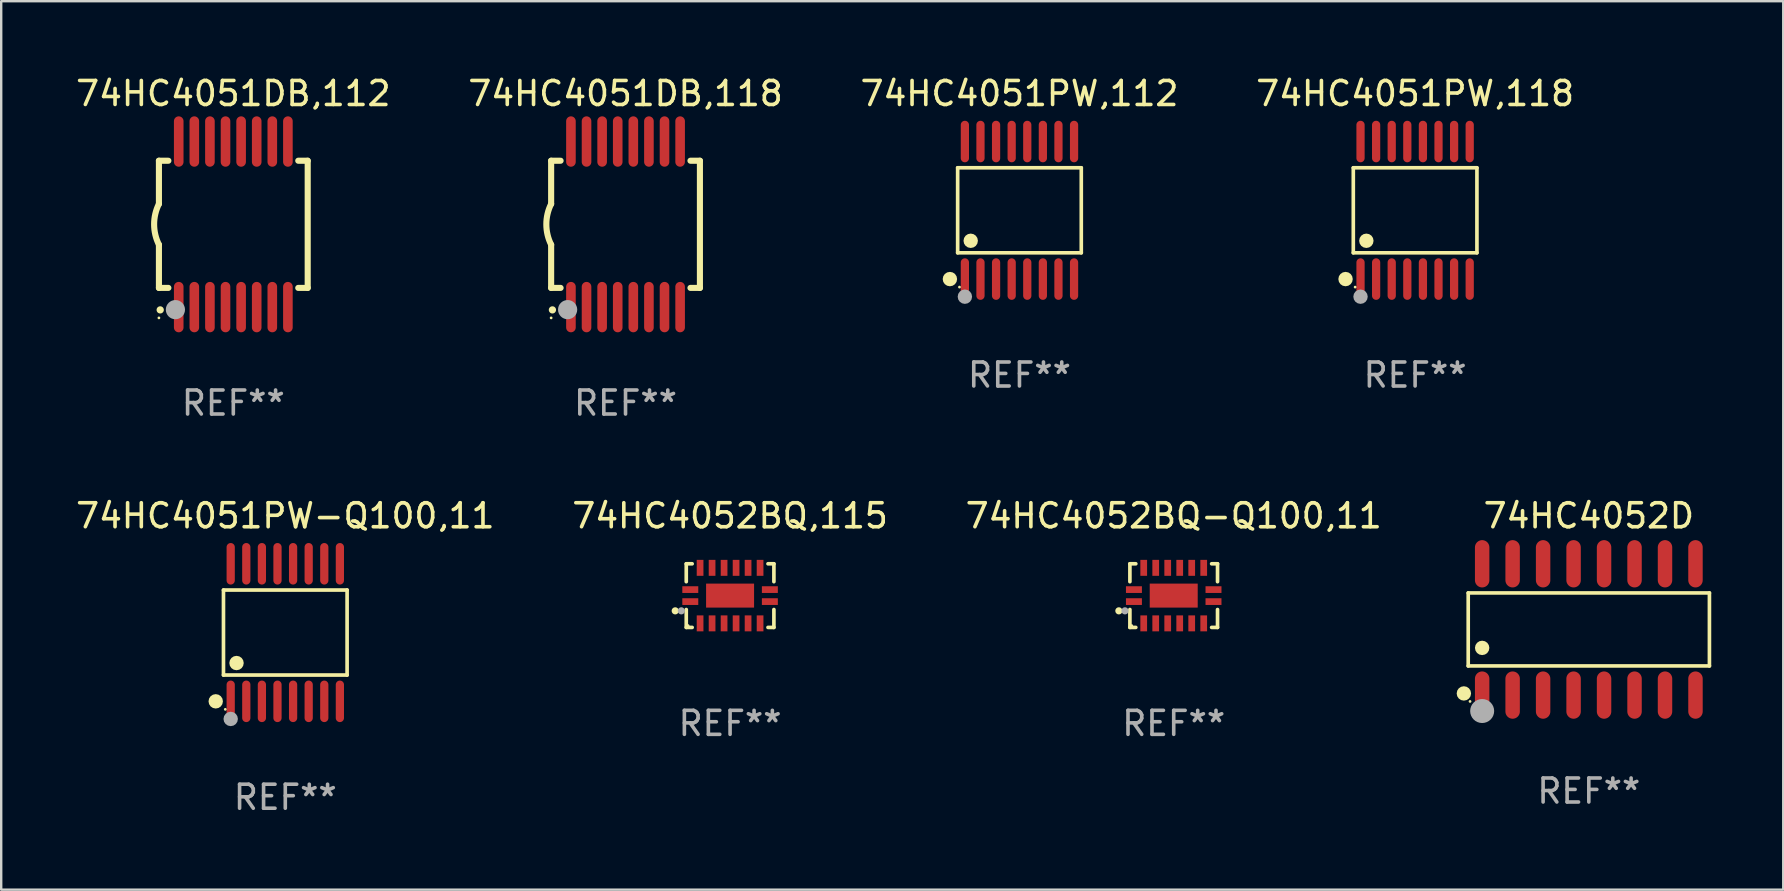
<source format=kicad_pcb>
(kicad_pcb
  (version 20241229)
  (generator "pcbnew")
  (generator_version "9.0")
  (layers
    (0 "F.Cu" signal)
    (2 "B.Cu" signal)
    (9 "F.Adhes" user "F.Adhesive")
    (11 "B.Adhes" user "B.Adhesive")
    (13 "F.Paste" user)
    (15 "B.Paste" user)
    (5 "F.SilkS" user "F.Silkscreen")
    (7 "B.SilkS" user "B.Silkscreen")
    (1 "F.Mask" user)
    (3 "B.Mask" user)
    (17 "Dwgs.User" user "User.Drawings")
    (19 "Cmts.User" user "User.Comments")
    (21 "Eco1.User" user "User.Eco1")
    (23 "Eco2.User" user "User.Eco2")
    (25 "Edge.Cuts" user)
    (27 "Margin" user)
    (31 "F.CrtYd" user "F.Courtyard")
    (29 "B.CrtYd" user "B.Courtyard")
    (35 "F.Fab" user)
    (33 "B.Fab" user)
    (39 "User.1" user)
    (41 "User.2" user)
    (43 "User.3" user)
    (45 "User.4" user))
  (footprint "74HC4052BQ-Q100,11"
    (layer "F.Cu")
    (at 45.863 21.771)
    (property "Reference" "74HC4052BQ-Q100,11" (at 0 -3.326 0) (layer "F.SilkS") (effects (font (size 1 1) (thickness 0.15))))
    (attr through_hole)
    (fp_line (start -1.826 -1.326) (end -1.58 -1.326) (stroke (width 0.152) (type solid)) (layer "F.SilkS"))
    (fp_line (start -1.826 -0.58) (end -1.826 -1.326) (stroke (width 0.152) (type solid)) (layer "F.SilkS"))
    (fp_line (start -1.826 0.58) (end -1.826 1.326) (stroke (width 0.152) (type solid)) (layer "F.SilkS"))
    (fp_line (start -1.826 1.326) (end -1.58 1.326) (stroke (width 0.152) (type solid)) (layer "F.SilkS"))
    (fp_line (start 1.826 -1.326) (end 1.58 -1.326) (stroke (width 0.152) (type solid)) (layer "F.SilkS"))
    (fp_line (start 1.826 -0.58) (end 1.826 -1.326) (stroke (width 0.152) (type solid)) (layer "F.SilkS"))
    (fp_line (start 1.826 0.58) (end 1.826 1.326) (stroke (width 0.152) (type solid)) (layer "F.SilkS"))
    (fp_line (start 1.826 1.326) (end 1.58 1.326) (stroke (width 0.152) (type solid)) (layer "F.SilkS"))
    (fp_circle (center -2.286 0.635) (end -2.211 0.635) (stroke (width 0.15) (type solid)) (fill no) (layer "F.SilkS"))
    (fp_circle (center -1.75 1.25) (end -1.72 1.25) (stroke (width 0.06) (type solid)) (fill no) (layer "F.SilkS"))
    (fp_circle (center -2.032 0.635) (end -1.957 0.635) (stroke (width 0.15) (type solid)) (fill no) (layer "F.Fab"))
    (fp_text user "REF**" (at 0 5.326 0) (layer "F.Fab") (effects (font (size 1 1) (thickness 0.15))))
    (pad "1" smd rect (at -1.658 0.25) (size 0.665 0.28) (layers "F.Cu" "F.Mask" "F.Paste"))
    (pad "2" smd rect (at -1.25 1.157) (size 0.28 0.665) (layers "F.Cu" "F.Mask" "F.Paste"))
    (pad "3" smd rect (at -0.75 1.157) (size 0.28 0.665) (layers "F.Cu" "F.Mask" "F.Paste"))
    (pad "4" smd rect (at -0.25 1.157) (size 0.28 0.665) (layers "F.Cu" "F.Mask" "F.Paste"))
    (pad "5" smd rect (at 0.25 1.157) (size 0.28 0.665) (layers "F.Cu" "F.Mask" "F.Paste"))
    (pad "6" smd rect (at 0.75 1.157) (size 0.28 0.665) (layers "F.Cu" "F.Mask" "F.Paste"))
    (pad "7" smd rect (at 1.25 1.157) (size 0.28 0.665) (layers "F.Cu" "F.Mask" "F.Paste"))
    (pad "8" smd rect (at 1.658 0.25) (size 0.665 0.28) (layers "F.Cu" "F.Mask" "F.Paste"))
    (pad "9" smd rect (at 1.658 -0.25) (size 0.665 0.28) (layers "F.Cu" "F.Mask" "F.Paste"))
    (pad "10" smd rect (at 1.25 -1.157) (size 0.28 0.665) (layers "F.Cu" "F.Mask" "F.Paste"))
    (pad "11" smd rect (at 0.75 -1.157) (size 0.28 0.665) (layers "F.Cu" "F.Mask" "F.Paste"))
    (pad "12" smd rect (at 0.25 -1.157) (size 0.28 0.665) (layers "F.Cu" "F.Mask" "F.Paste"))
    (pad "13" smd rect (at -0.25 -1.157) (size 0.28 0.665) (layers "F.Cu" "F.Mask" "F.Paste"))
    (pad "14" smd rect (at -0.75 -1.157) (size 0.28 0.665) (layers "F.Cu" "F.Mask" "F.Paste"))
    (pad "15" smd rect (at -1.25 -1.157) (size 0.28 0.665) (layers "F.Cu" "F.Mask" "F.Paste"))
    (pad "16" smd rect (at -1.658 -0.25) (size 0.665 0.28) (layers "F.Cu" "F.Mask" "F.Paste"))
    (pad "17" smd rect (at 0 0) (size 2 1) (layers "F.Cu" "F.Mask" "F.Paste")))
  (footprint "74HC4051PW,112"
    (layer "F.Cu")
    (at 39.435 5.714)
    (property "Reference" "74HC4051PW,112" (at 0 -4.866 0) (layer "F.SilkS") (effects (font (size 1 1) (thickness 0.15))))
    (attr through_hole)
    (fp_line (start -2.576 -1.772) (end 2.576 -1.772) (stroke (width 0.152) (type solid)) (layer "F.SilkS"))
    (fp_line (start -2.576 1.771) (end -2.576 -1.772) (stroke (width 0.152) (type solid)) (layer "F.SilkS"))
    (fp_line (start 2.576 -1.772) (end 2.576 1.771) (stroke (width 0.152) (type solid)) (layer "F.SilkS"))
    (fp_line (start 2.576 1.771) (end -2.576 1.771) (stroke (width 0.152) (type solid)) (layer "F.SilkS"))
    (fp_circle (center -2.899 2.866) (end -2.749 2.866) (stroke (width 0.3) (type solid)) (fill no) (layer "F.SilkS"))
    (fp_circle (center -2.5 3.2) (end -2.47 3.2) (stroke (width 0.06) (type solid)) (fill no) (layer "F.SilkS"))
    (fp_circle (center -2.032 1.27) (end -1.882 1.27) (stroke (width 0.3) (type solid)) (fill no) (layer "F.SilkS"))
    (fp_circle (center -2.275 3.6) (end -2.125 3.6) (stroke (width 0.3) (type solid)) (fill no) (layer "F.Fab"))
    (fp_text user "REF**" (at 0 6.866 0) (layer "F.Fab") (effects (font (size 1 1) (thickness 0.15))))
    (pad "1" smd oval (at -2.275 2.866) (size 0.343 1.731) (layers "F.Cu" "F.Mask" "F.Paste"))
    (pad "2" smd oval (at -1.625 2.866) (size 0.343 1.731) (layers "F.Cu" "F.Mask" "F.Paste"))
    (pad "3" smd oval (at -0.975 2.866) (size 0.343 1.731) (layers "F.Cu" "F.Mask" "F.Paste"))
    (pad "4" smd oval (at -0.325 2.866) (size 0.343 1.731) (layers "F.Cu" "F.Mask" "F.Paste"))
    (pad "5" smd oval (at 0.325 2.866) (size 0.343 1.731) (layers "F.Cu" "F.Mask" "F.Paste"))
    (pad "6" smd oval (at 0.975 2.866) (size 0.343 1.731) (layers "F.Cu" "F.Mask" "F.Paste"))
    (pad "7" smd oval (at 1.625 2.866) (size 0.343 1.731) (layers "F.Cu" "F.Mask" "F.Paste"))
    (pad "8" smd oval (at 2.275 2.866) (size 0.343 1.731) (layers "F.Cu" "F.Mask" "F.Paste"))
    (pad "9" smd oval (at 2.275 -2.866) (size 0.343 1.731) (layers "F.Cu" "F.Mask" "F.Paste"))
    (pad "10" smd oval (at 1.625 -2.866) (size 0.343 1.731) (layers "F.Cu" "F.Mask" "F.Paste"))
    (pad "11" smd oval (at 0.975 -2.866) (size 0.343 1.731) (layers "F.Cu" "F.Mask" "F.Paste"))
    (pad "12" smd oval (at 0.325 -2.866) (size 0.343 1.731) (layers "F.Cu" "F.Mask" "F.Paste"))
    (pad "13" smd oval (at -0.325 -2.866) (size 0.343 1.731) (layers "F.Cu" "F.Mask" "F.Paste"))
    (pad "14" smd oval (at -0.975 -2.866) (size 0.343 1.731) (layers "F.Cu" "F.Mask" "F.Paste"))
    (pad "15" smd oval (at -1.625 -2.866) (size 0.343 1.731) (layers "F.Cu" "F.Mask" "F.Paste"))
    (pad "16" smd oval (at -2.275 -2.866) (size 0.343 1.731) (layers "F.Cu" "F.Mask" "F.Paste")))
  (footprint "74HC4051DB,112"
    (layer "F.Cu")
    (at 6.673 6.298)
    (property "Reference" "74HC4051DB,112" (at 0 -5.45 0) (layer "F.SilkS") (effects (font (size 1 1) (thickness 0.15))))
    (attr through_hole)
    (fp_line (start -3.1 -2.65) (end -3.1 -0.85) (stroke (width 0.254) (type solid)) (layer "F.SilkS"))
    (fp_line (start -3.1 -2.65) (end -2.706 -2.65) (stroke (width 0.254) (type solid)) (layer "F.SilkS"))
    (fp_line (start -3.1 2.65) (end -3.1 0.85) (stroke (width 0.254) (type solid)) (layer "F.SilkS"))
    (fp_line (start -3.1 2.65) (end -2.706 2.65) (stroke (width 0.254) (type solid)) (layer "F.SilkS"))
    (fp_line (start 2.706 -2.65) (end 3.1 -2.65) (stroke (width 0.254) (type solid)) (layer "F.SilkS"))
    (fp_line (start 2.706 2.65) (end 3.1 2.65) (stroke (width 0.254) (type solid)) (layer "F.SilkS"))
    (fp_line (start 3.1 -2.65) (end 3.1 2.65) (stroke (width 0.254) (type solid)) (layer "F.SilkS"))
    (fp_arc (start -3.098907 0.850902) (mid -3.300057 0.000523) (end -3.1 -0.850114) (stroke (width 0.254001) (type solid)) (layer "F.SilkS"))
    (fp_arc (start -3.048006 3.566066) (mid -3.046736 3.566061) (end -3.045466 3.566066) (stroke (width 0.3) (type solid)) (layer "F.SilkS"))
    (fp_circle (center -3.1 3.9) (end -3.07 3.9) (stroke (width 0.06) (type solid)) (fill no) (layer "F.SilkS"))
    (fp_circle (center -2.413 3.556) (end -2.213 3.556) (stroke (width 0.4) (type solid)) (fill no) (layer "F.Fab"))
    (fp_text user "REF**" (at 0 7.45 0) (layer "F.Fab") (effects (font (size 1 1) (thickness 0.15))))
    (pad "1" smd oval (at -2.275 3.45 180) (size 0.4 2.1) (layers "F.Cu" "F.Mask" "F.Paste"))
    (pad "2" smd oval (at -1.625 3.45 180) (size 0.4 2.1) (layers "F.Cu" "F.Mask" "F.Paste"))
    (pad "3" smd oval (at -0.975 3.45 180) (size 0.4 2.1) (layers "F.Cu" "F.Mask" "F.Paste"))
    (pad "4" smd oval (at -0.325 3.45 180) (size 0.4 2.1) (layers "F.Cu" "F.Mask" "F.Paste"))
    (pad "5" smd oval (at 0.325 3.45 180) (size 0.4 2.1) (layers "F.Cu" "F.Mask" "F.Paste"))
    (pad "6" smd oval (at 0.975 3.45 180) (size 0.4 2.1) (layers "F.Cu" "F.Mask" "F.Paste"))
    (pad "7" smd oval (at 1.625 3.45 180) (size 0.4 2.1) (layers "F.Cu" "F.Mask" "F.Paste"))
    (pad "8" smd oval (at 2.275 3.45 180) (size 0.4 2.1) (layers "F.Cu" "F.Mask" "F.Paste"))
    (pad "9" smd oval (at 2.275 -3.45 180) (size 0.4 2.1) (layers "F.Cu" "F.Mask" "F.Paste"))
    (pad "10" smd oval (at 1.625 -3.45 180) (size 0.4 2.1) (layers "F.Cu" "F.Mask" "F.Paste"))
    (pad "11" smd oval (at 0.975 -3.45 180) (size 0.4 2.1) (layers "F.Cu" "F.Mask" "F.Paste"))
    (pad "12" smd oval (at 0.325 -3.45 180) (size 0.4 2.1) (layers "F.Cu" "F.Mask" "F.Paste"))
    (pad "13" smd oval (at -0.325 -3.45 180) (size 0.4 2.1) (layers "F.Cu" "F.Mask" "F.Paste"))
    (pad "14" smd oval (at -0.975 -3.45 180) (size 0.4 2.1) (layers "F.Cu" "F.Mask" "F.Paste"))
    (pad "15" smd oval (at -1.625 -3.45 180) (size 0.4 2.1) (layers "F.Cu" "F.Mask" "F.Paste"))
    (pad "16" smd oval (at -2.275 -3.45 180) (size 0.4 2.1) (layers "F.Cu" "F.Mask" "F.Paste")))
  (footprint "74HC4051DB,118"
    (layer "F.Cu")
    (at 23.018 6.298)
    (property "Reference" "74HC4051DB,118" (at 0 -5.45 0) (layer "F.SilkS") (effects (font (size 1 1) (thickness 0.15))))
    (attr through_hole)
    (fp_line (start -3.1 -2.65) (end -3.1 -0.85) (stroke (width 0.254) (type solid)) (layer "F.SilkS"))
    (fp_line (start -3.1 -2.65) (end -2.706 -2.65) (stroke (width 0.254) (type solid)) (layer "F.SilkS"))
    (fp_line (start -3.1 2.65) (end -3.1 0.85) (stroke (width 0.254) (type solid)) (layer "F.SilkS"))
    (fp_line (start -3.1 2.65) (end -2.706 2.65) (stroke (width 0.254) (type solid)) (layer "F.SilkS"))
    (fp_line (start 2.706 -2.65) (end 3.1 -2.65) (stroke (width 0.254) (type solid)) (layer "F.SilkS"))
    (fp_line (start 2.706 2.65) (end 3.1 2.65) (stroke (width 0.254) (type solid)) (layer "F.SilkS"))
    (fp_line (start 3.1 -2.65) (end 3.1 2.65) (stroke (width 0.254) (type solid)) (layer "F.SilkS"))
    (fp_arc (start -3.098907 0.850902) (mid -3.300057 0.000523) (end -3.1 -0.850114) (stroke (width 0.254001) (type solid)) (layer "F.SilkS"))
    (fp_arc (start -3.048006 3.566066) (mid -3.046736 3.566061) (end -3.045466 3.566066) (stroke (width 0.3) (type solid)) (layer "F.SilkS"))
    (fp_circle (center -3.1 3.9) (end -3.07 3.9) (stroke (width 0.06) (type solid)) (fill no) (layer "F.SilkS"))
    (fp_circle (center -2.413 3.556) (end -2.213 3.556) (stroke (width 0.4) (type solid)) (fill no) (layer "F.Fab"))
    (fp_text user "REF**" (at 0 7.45 0) (layer "F.Fab") (effects (font (size 1 1) (thickness 0.15))))
    (pad "1" smd oval (at -2.275 3.45 180) (size 0.4 2.1) (layers "F.Cu" "F.Mask" "F.Paste"))
    (pad "2" smd oval (at -1.625 3.45 180) (size 0.4 2.1) (layers "F.Cu" "F.Mask" "F.Paste"))
    (pad "3" smd oval (at -0.975 3.45 180) (size 0.4 2.1) (layers "F.Cu" "F.Mask" "F.Paste"))
    (pad "4" smd oval (at -0.325 3.45 180) (size 0.4 2.1) (layers "F.Cu" "F.Mask" "F.Paste"))
    (pad "5" smd oval (at 0.325 3.45 180) (size 0.4 2.1) (layers "F.Cu" "F.Mask" "F.Paste"))
    (pad "6" smd oval (at 0.975 3.45 180) (size 0.4 2.1) (layers "F.Cu" "F.Mask" "F.Paste"))
    (pad "7" smd oval (at 1.625 3.45 180) (size 0.4 2.1) (layers "F.Cu" "F.Mask" "F.Paste"))
    (pad "8" smd oval (at 2.275 3.45 180) (size 0.4 2.1) (layers "F.Cu" "F.Mask" "F.Paste"))
    (pad "9" smd oval (at 2.275 -3.45 180) (size 0.4 2.1) (layers "F.Cu" "F.Mask" "F.Paste"))
    (pad "10" smd oval (at 1.625 -3.45 180) (size 0.4 2.1) (layers "F.Cu" "F.Mask" "F.Paste"))
    (pad "11" smd oval (at 0.975 -3.45 180) (size 0.4 2.1) (layers "F.Cu" "F.Mask" "F.Paste"))
    (pad "12" smd oval (at 0.325 -3.45 180) (size 0.4 2.1) (layers "F.Cu" "F.Mask" "F.Paste"))
    (pad "13" smd oval (at -0.325 -3.45 180) (size 0.4 2.1) (layers "F.Cu" "F.Mask" "F.Paste"))
    (pad "14" smd oval (at -0.975 -3.45 180) (size 0.4 2.1) (layers "F.Cu" "F.Mask" "F.Paste"))
    (pad "15" smd oval (at -1.625 -3.45 180) (size 0.4 2.1) (layers "F.Cu" "F.Mask" "F.Paste"))
    (pad "16" smd oval (at -2.275 -3.45 180) (size 0.4 2.1) (layers "F.Cu" "F.Mask" "F.Paste")))
  (footprint "74HC4052BQ,115"
    (layer "F.Cu")
    (at 27.375 21.771)
    (property "Reference" "74HC4052BQ,115" (at 0 -3.326 0) (layer "F.SilkS") (effects (font (size 1 1) (thickness 0.15))))
    (attr through_hole)
    (fp_line (start -1.826 -1.326) (end -1.58 -1.326) (stroke (width 0.152) (type solid)) (layer "F.SilkS"))
    (fp_line (start -1.826 -0.58) (end -1.826 -1.326) (stroke (width 0.152) (type solid)) (layer "F.SilkS"))
    (fp_line (start -1.826 0.58) (end -1.826 1.326) (stroke (width 0.152) (type solid)) (layer "F.SilkS"))
    (fp_line (start -1.826 1.326) (end -1.58 1.326) (stroke (width 0.152) (type solid)) (layer "F.SilkS"))
    (fp_line (start 1.826 -1.326) (end 1.58 -1.326) (stroke (width 0.152) (type solid)) (layer "F.SilkS"))
    (fp_line (start 1.826 -0.58) (end 1.826 -1.326) (stroke (width 0.152) (type solid)) (layer "F.SilkS"))
    (fp_line (start 1.826 0.58) (end 1.826 1.326) (stroke (width 0.152) (type solid)) (layer "F.SilkS"))
    (fp_line (start 1.826 1.326) (end 1.58 1.326) (stroke (width 0.152) (type solid)) (layer "F.SilkS"))
    (fp_circle (center -2.286 0.635) (end -2.211 0.635) (stroke (width 0.15) (type solid)) (fill no) (layer "F.SilkS"))
    (fp_circle (center -1.75 1.25) (end -1.72 1.25) (stroke (width 0.06) (type solid)) (fill no) (layer "F.SilkS"))
    (fp_circle (center -2.032 0.635) (end -1.957 0.635) (stroke (width 0.15) (type solid)) (fill no) (layer "F.Fab"))
    (fp_text user "REF**" (at 0 5.326 0) (layer "F.Fab") (effects (font (size 1 1) (thickness 0.15))))
    (pad "1" smd rect (at -1.658 0.25) (size 0.665 0.28) (layers "F.Cu" "F.Mask" "F.Paste"))
    (pad "2" smd rect (at -1.25 1.157) (size 0.28 0.665) (layers "F.Cu" "F.Mask" "F.Paste"))
    (pad "3" smd rect (at -0.75 1.157) (size 0.28 0.665) (layers "F.Cu" "F.Mask" "F.Paste"))
    (pad "4" smd rect (at -0.25 1.157) (size 0.28 0.665) (layers "F.Cu" "F.Mask" "F.Paste"))
    (pad "5" smd rect (at 0.25 1.157) (size 0.28 0.665) (layers "F.Cu" "F.Mask" "F.Paste"))
    (pad "6" smd rect (at 0.75 1.157) (size 0.28 0.665) (layers "F.Cu" "F.Mask" "F.Paste"))
    (pad "7" smd rect (at 1.25 1.157) (size 0.28 0.665) (layers "F.Cu" "F.Mask" "F.Paste"))
    (pad "8" smd rect (at 1.658 0.25) (size 0.665 0.28) (layers "F.Cu" "F.Mask" "F.Paste"))
    (pad "9" smd rect (at 1.658 -0.25) (size 0.665 0.28) (layers "F.Cu" "F.Mask" "F.Paste"))
    (pad "10" smd rect (at 1.25 -1.157) (size 0.28 0.665) (layers "F.Cu" "F.Mask" "F.Paste"))
    (pad "11" smd rect (at 0.75 -1.157) (size 0.28 0.665) (layers "F.Cu" "F.Mask" "F.Paste"))
    (pad "12" smd rect (at 0.25 -1.157) (size 0.28 0.665) (layers "F.Cu" "F.Mask" "F.Paste"))
    (pad "13" smd rect (at -0.25 -1.157) (size 0.28 0.665) (layers "F.Cu" "F.Mask" "F.Paste"))
    (pad "14" smd rect (at -0.75 -1.157) (size 0.28 0.665) (layers "F.Cu" "F.Mask" "F.Paste"))
    (pad "15" smd rect (at -1.25 -1.157) (size 0.28 0.665) (layers "F.Cu" "F.Mask" "F.Paste"))
    (pad "16" smd rect (at -1.658 -0.25) (size 0.665 0.28) (layers "F.Cu" "F.Mask" "F.Paste"))
    (pad "17" smd rect (at 0 0) (size 2 1) (layers "F.Cu" "F.Mask" "F.Paste")))
  (footprint "74HC4051PW,118"
    (layer "F.Cu")
    (at 55.923 5.714)
    (property "Reference" "74HC4051PW,118" (at 0 -4.866 0) (layer "F.SilkS") (effects (font (size 1 1) (thickness 0.15))))
    (attr through_hole)
    (fp_line (start -2.576 -1.772) (end 2.576 -1.772) (stroke (width 0.152) (type solid)) (layer "F.SilkS"))
    (fp_line (start -2.576 1.771) (end -2.576 -1.772) (stroke (width 0.152) (type solid)) (layer "F.SilkS"))
    (fp_line (start 2.576 -1.772) (end 2.576 1.771) (stroke (width 0.152) (type solid)) (layer "F.SilkS"))
    (fp_line (start 2.576 1.771) (end -2.576 1.771) (stroke (width 0.152) (type solid)) (layer "F.SilkS"))
    (fp_circle (center -2.899 2.866) (end -2.749 2.866) (stroke (width 0.3) (type solid)) (fill no) (layer "F.SilkS"))
    (fp_circle (center -2.5 3.2) (end -2.47 3.2) (stroke (width 0.06) (type solid)) (fill no) (layer "F.SilkS"))
    (fp_circle (center -2.032 1.27) (end -1.882 1.27) (stroke (width 0.3) (type solid)) (fill no) (layer "F.SilkS"))
    (fp_circle (center -2.275 3.6) (end -2.125 3.6) (stroke (width 0.3) (type solid)) (fill no) (layer "F.Fab"))
    (fp_text user "REF**" (at 0 6.866 0) (layer "F.Fab") (effects (font (size 1 1) (thickness 0.15))))
    (pad "1" smd oval (at -2.275 2.866) (size 0.343 1.731) (layers "F.Cu" "F.Mask" "F.Paste"))
    (pad "2" smd oval (at -1.625 2.866) (size 0.343 1.731) (layers "F.Cu" "F.Mask" "F.Paste"))
    (pad "3" smd oval (at -0.975 2.866) (size 0.343 1.731) (layers "F.Cu" "F.Mask" "F.Paste"))
    (pad "4" smd oval (at -0.325 2.866) (size 0.343 1.731) (layers "F.Cu" "F.Mask" "F.Paste"))
    (pad "5" smd oval (at 0.325 2.866) (size 0.343 1.731) (layers "F.Cu" "F.Mask" "F.Paste"))
    (pad "6" smd oval (at 0.975 2.866) (size 0.343 1.731) (layers "F.Cu" "F.Mask" "F.Paste"))
    (pad "7" smd oval (at 1.625 2.866) (size 0.343 1.731) (layers "F.Cu" "F.Mask" "F.Paste"))
    (pad "8" smd oval (at 2.275 2.866) (size 0.343 1.731) (layers "F.Cu" "F.Mask" "F.Paste"))
    (pad "9" smd oval (at 2.275 -2.866) (size 0.343 1.731) (layers "F.Cu" "F.Mask" "F.Paste"))
    (pad "10" smd oval (at 1.625 -2.866) (size 0.343 1.731) (layers "F.Cu" "F.Mask" "F.Paste"))
    (pad "11" smd oval (at 0.975 -2.866) (size 0.343 1.731) (layers "F.Cu" "F.Mask" "F.Paste"))
    (pad "12" smd oval (at 0.325 -2.866) (size 0.343 1.731) (layers "F.Cu" "F.Mask" "F.Paste"))
    (pad "13" smd oval (at -0.325 -2.866) (size 0.343 1.731) (layers "F.Cu" "F.Mask" "F.Paste"))
    (pad "14" smd oval (at -0.975 -2.866) (size 0.343 1.731) (layers "F.Cu" "F.Mask" "F.Paste"))
    (pad "15" smd oval (at -1.625 -2.866) (size 0.343 1.731) (layers "F.Cu" "F.Mask" "F.Paste"))
    (pad "16" smd oval (at -2.275 -2.866) (size 0.343 1.731) (layers "F.Cu" "F.Mask" "F.Paste")))
  (footprint "74HC4052D"
    (layer "F.Cu")
    (at 63.162 23.181)
    (property "Reference" "74HC4052D" (at 0 -4.736 0) (layer "F.SilkS") (effects (font (size 1 1) (thickness 0.15))))
    (attr through_hole)
    (fp_line (start -5.026 -1.521) (end 5.026 -1.521) (stroke (width 0.152) (type solid)) (layer "F.SilkS"))
    (fp_line (start -5.026 1.521) (end -5.026 -1.521) (stroke (width 0.152) (type solid)) (layer "F.SilkS"))
    (fp_line (start 5.026 -1.521) (end 5.026 1.521) (stroke (width 0.152) (type solid)) (layer "F.SilkS"))
    (fp_line (start 5.026 1.521) (end -5.026 1.521) (stroke (width 0.152) (type solid)) (layer "F.SilkS"))
    (fp_circle (center -5.207 2.667) (end -5.057 2.667) (stroke (width 0.3) (type solid)) (fill no) (layer "F.SilkS"))
    (fp_circle (center -4.95 3) (end -4.92 3) (stroke (width 0.06) (type solid)) (fill no) (layer "F.SilkS"))
    (fp_circle (center -4.445 0.769) (end -4.295 0.769) (stroke (width 0.3) (type solid)) (fill no) (layer "F.SilkS"))
    (fp_circle (center -4.445 3.4) (end -4.195 3.4) (stroke (width 0.5) (type solid)) (fill no) (layer "F.Fab"))
    (fp_text user "REF**" (at 0 6.736 0) (layer "F.Fab") (effects (font (size 1 1) (thickness 0.15))))
    (pad "1" smd oval (at -4.445 2.736) (size 0.602 1.971) (layers "F.Cu" "F.Mask" "F.Paste"))
    (pad "2" smd oval (at -3.175 2.736) (size 0.602 1.971) (layers "F.Cu" "F.Mask" "F.Paste"))
    (pad "3" smd oval (at -1.905 2.736) (size 0.602 1.971) (layers "F.Cu" "F.Mask" "F.Paste"))
    (pad "4" smd oval (at -0.635 2.736) (size 0.602 1.971) (layers "F.Cu" "F.Mask" "F.Paste"))
    (pad "5" smd oval (at 0.635 2.736) (size 0.602 1.971) (layers "F.Cu" "F.Mask" "F.Paste"))
    (pad "6" smd oval (at 1.905 2.736) (size 0.602 1.971) (layers "F.Cu" "F.Mask" "F.Paste"))
    (pad "7" smd oval (at 3.175 2.736) (size 0.602 1.971) (layers "F.Cu" "F.Mask" "F.Paste"))
    (pad "8" smd oval (at 4.445 2.736) (size 0.602 1.971) (layers "F.Cu" "F.Mask" "F.Paste"))
    (pad "9" smd oval (at 4.445 -2.736) (size 0.602 1.971) (layers "F.Cu" "F.Mask" "F.Paste"))
    (pad "10" smd oval (at 3.175 -2.736) (size 0.602 1.971) (layers "F.Cu" "F.Mask" "F.Paste"))
    (pad "11" smd oval (at 1.905 -2.736) (size 0.602 1.971) (layers "F.Cu" "F.Mask" "F.Paste"))
    (pad "12" smd oval (at 0.635 -2.736) (size 0.602 1.971) (layers "F.Cu" "F.Mask" "F.Paste"))
    (pad "13" smd oval (at -0.635 -2.736) (size 0.602 1.971) (layers "F.Cu" "F.Mask" "F.Paste"))
    (pad "14" smd oval (at -1.905 -2.736) (size 0.602 1.971) (layers "F.Cu" "F.Mask" "F.Paste"))
    (pad "15" smd oval (at -3.175 -2.736) (size 0.602 1.971) (layers "F.Cu" "F.Mask" "F.Paste"))
    (pad "16" smd oval (at -4.445 -2.736) (size 0.602 1.971) (layers "F.Cu" "F.Mask" "F.Paste")))
  (footprint "74HC4051PW-Q100,11"
    (layer "F.Cu")
    (at 8.839 23.311)
    (property "Reference" "74HC4051PW-Q100,11" (at 0 -4.866 0) (layer "F.SilkS") (effects (font (size 1 1) (thickness 0.15))))
    (attr through_hole)
    (fp_line (start -2.576 -1.772) (end 2.576 -1.772) (stroke (width 0.152) (type solid)) (layer "F.SilkS"))
    (fp_line (start -2.576 1.771) (end -2.576 -1.772) (stroke (width 0.152) (type solid)) (layer "F.SilkS"))
    (fp_line (start 2.576 -1.772) (end 2.576 1.771) (stroke (width 0.152) (type solid)) (layer "F.SilkS"))
    (fp_line (start 2.576 1.771) (end -2.576 1.771) (stroke (width 0.152) (type solid)) (layer "F.SilkS"))
    (fp_circle (center -2.899 2.866) (end -2.749 2.866) (stroke (width 0.3) (type solid)) (fill no) (layer "F.SilkS"))
    (fp_circle (center -2.5 3.2) (end -2.47 3.2) (stroke (width 0.06) (type solid)) (fill no) (layer "F.SilkS"))
    (fp_circle (center -2.032 1.27) (end -1.882 1.27) (stroke (width 0.3) (type solid)) (fill no) (layer "F.SilkS"))
    (fp_circle (center -2.275 3.6) (end -2.125 3.6) (stroke (width 0.3) (type solid)) (fill no) (layer "F.Fab"))
    (fp_text user "REF**" (at 0 6.866 0) (layer "F.Fab") (effects (font (size 1 1) (thickness 0.15))))
    (pad "1" smd oval (at -2.275 2.866) (size 0.343 1.731) (layers "F.Cu" "F.Mask" "F.Paste"))
    (pad "2" smd oval (at -1.625 2.866) (size 0.343 1.731) (layers "F.Cu" "F.Mask" "F.Paste"))
    (pad "3" smd oval (at -0.975 2.866) (size 0.343 1.731) (layers "F.Cu" "F.Mask" "F.Paste"))
    (pad "4" smd oval (at -0.325 2.866) (size 0.343 1.731) (layers "F.Cu" "F.Mask" "F.Paste"))
    (pad "5" smd oval (at 0.325 2.866) (size 0.343 1.731) (layers "F.Cu" "F.Mask" "F.Paste"))
    (pad "6" smd oval (at 0.975 2.866) (size 0.343 1.731) (layers "F.Cu" "F.Mask" "F.Paste"))
    (pad "7" smd oval (at 1.625 2.866) (size 0.343 1.731) (layers "F.Cu" "F.Mask" "F.Paste"))
    (pad "8" smd oval (at 2.275 2.866) (size 0.343 1.731) (layers "F.Cu" "F.Mask" "F.Paste"))
    (pad "9" smd oval (at 2.275 -2.866) (size 0.343 1.731) (layers "F.Cu" "F.Mask" "F.Paste"))
    (pad "10" smd oval (at 1.625 -2.866) (size 0.343 1.731) (layers "F.Cu" "F.Mask" "F.Paste"))
    (pad "11" smd oval (at 0.975 -2.866) (size 0.343 1.731) (layers "F.Cu" "F.Mask" "F.Paste"))
    (pad "12" smd oval (at 0.325 -2.866) (size 0.343 1.731) (layers "F.Cu" "F.Mask" "F.Paste"))
    (pad "13" smd oval (at -0.325 -2.866) (size 0.343 1.731) (layers "F.Cu" "F.Mask" "F.Paste"))
    (pad "14" smd oval (at -0.975 -2.866) (size 0.343 1.731) (layers "F.Cu" "F.Mask" "F.Paste"))
    (pad "15" smd oval (at -1.625 -2.866) (size 0.343 1.731) (layers "F.Cu" "F.Mask" "F.Paste"))
    (pad "16" smd oval (at -2.275 -2.866) (size 0.343 1.731) (layers "F.Cu" "F.Mask" "F.Paste")))
  (gr_rect
    (start -3 -3)
    (end 71.264 34.025)
    (stroke (width 0.1) (type default))
    (fill no)
    (layer "Edge.Cuts")))
</source>
